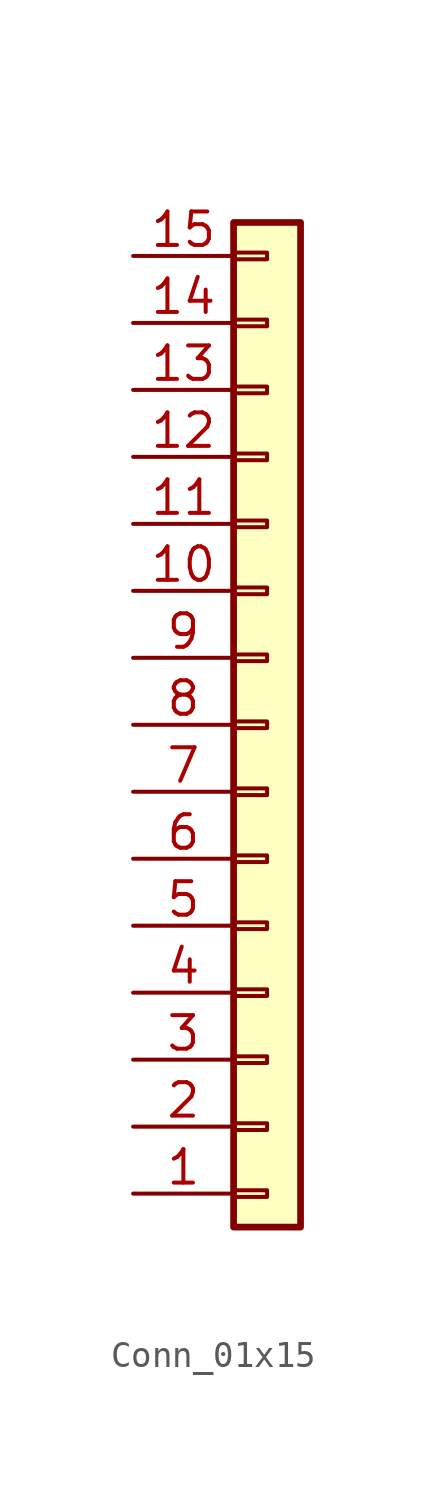
<source format=kicad_sym>
(kicad_symbol_lib
  (version 20231120)
  (generator "kicad_symbol_editor")
  (generator_version "8.0")
  (symbol "Conn_01x15"
    (pin_names
      (offset 1.016) hide)
    (property "Reference" "J2"
      (at 0 -20.32 0)
      (effects (font (size 1.27 1.27)) (hide yes)))
    (symbol "Conn_01x15_1_1"
      (rectangle (start -1.27 -19.05) (end 1.27 19.05) (stroke (width 0.254) (type default)) (fill (type background)))
      (rectangle (start -1.27 -17.907) (end 0 -17.653) (stroke (width 0.152) (type default)) (fill (type none)))
      (rectangle (start -1.27 -15.367) (end 0 -15.113) (stroke (width 0.152) (type default)) (fill (type none)))
      (rectangle (start -1.27 -12.827) (end 0 -12.573) (stroke (width 0.152) (type default)) (fill (type none)))
      (rectangle (start -1.27 -10.287) (end 0 -10.033) (stroke (width 0.152) (type default)) (fill (type none)))
      (rectangle (start -1.27 -7.747) (end 0 -7.493) (stroke (width 0.152) (type default)) (fill (type none)))
      (rectangle (start -1.27 -5.207) (end 0 -4.953) (stroke (width 0.152) (type default)) (fill (type none)))
      (rectangle (start -1.27 -2.667) (end 0 -2.413) (stroke (width 0.152) (type default)) (fill (type none)))
      (rectangle (start -1.27 -0.127) (end 0 0.127) (stroke (width 0.152) (type default)) (fill (type none)))
      (rectangle (start -1.27 2.413) (end 0 2.667) (stroke (width 0.152) (type default)) (fill (type none)))
      (rectangle (start -1.27 4.953) (end 0 5.207) (stroke (width 0.152) (type default)) (fill (type none)))
      (rectangle (start -1.27 7.493) (end 0 7.747) (stroke (width 0.152) (type default)) (fill (type none)))
      (rectangle (start -1.27 10.033) (end 0 10.287) (stroke (width 0.152) (type default)) (fill (type none)))
      (rectangle (start -1.27 12.573) (end 0 12.827) (stroke (width 0.152) (type default)) (fill (type none)))
      (rectangle (start -1.27 15.113) (end 0 15.367) (stroke (width 0.152) (type default)) (fill (type none)))
      (rectangle (start -1.27 17.653) (end 0 17.907) (stroke (width 0.152) (type default)) (fill (type none)))
      (pin passive line (at -5.08 -17.78 0) (length 3.81) (name "Pin_1" (effects (font (size 1.27 1.27)))) (number "1" (effects (font (size 1.27 1.27)))))
      (pin passive line (at -5.08 5.08 0) (length 3.81) (name "Pin_10" (effects (font (size 1.27 1.27)))) (number "10" (effects (font (size 1.27 1.27)))))
      (pin passive line (at -5.08 7.62 0) (length 3.81) (name "Pin_11" (effects (font (size 1.27 1.27)))) (number "11" (effects (font (size 1.27 1.27)))))
      (pin passive line (at -5.08 10.16 0) (length 3.81) (name "Pin_12" (effects (font (size 1.27 1.27)))) (number "12" (effects (font (size 1.27 1.27)))))
      (pin passive line (at -5.08 12.7 0) (length 3.81) (name "Pin_13" (effects (font (size 1.27 1.27)))) (number "13" (effects (font (size 1.27 1.27)))))
      (pin passive line (at -5.08 15.24 0) (length 3.81) (name "Pin_14" (effects (font (size 1.27 1.27)))) (number "14" (effects (font (size 1.27 1.27)))))
      (pin passive line (at -5.08 17.78 0) (length 3.81) (name "Pin_15" (effects (font (size 1.27 1.27)))) (number "15" (effects (font (size 1.27 1.27)))))
      (pin passive line (at -5.08 -15.24 0) (length 3.81) (name "Pin_2" (effects (font (size 1.27 1.27)))) (number "2" (effects (font (size 1.27 1.27)))))
      (pin passive line (at -5.08 -12.7 0) (length 3.81) (name "Pin_3" (effects (font (size 1.27 1.27)))) (number "3" (effects (font (size 1.27 1.27)))))
      (pin passive line (at -5.08 -10.16 0) (length 3.81) (name "Pin_4" (effects (font (size 1.27 1.27)))) (number "4" (effects (font (size 1.27 1.27)))))
      (pin passive line (at -5.08 -7.62 0) (length 3.81) (name "Pin_5" (effects (font (size 1.27 1.27)))) (number "5" (effects (font (size 1.27 1.27)))))
      (pin passive line (at -5.08 -5.08 0) (length 3.81) (name "Pin_6" (effects (font (size 1.27 1.27)))) (number "6" (effects (font (size 1.27 1.27)))))
      (pin passive line (at -5.08 -2.54 0) (length 3.81) (name "Pin_7" (effects (font (size 1.27 1.27)))) (number "7" (effects (font (size 1.27 1.27)))))
      (pin passive line (at -5.08 0 0) (length 3.81) (name "Pin_8" (effects (font (size 1.27 1.27)))) (number "8" (effects (font (size 1.27 1.27)))))
      (pin passive line (at -5.08 2.54 0) (length 3.81) (name "Pin_9" (effects (font (size 1.27 1.27)))) (number "9" (effects (font (size 1.27 1.27))))))))
</source>
